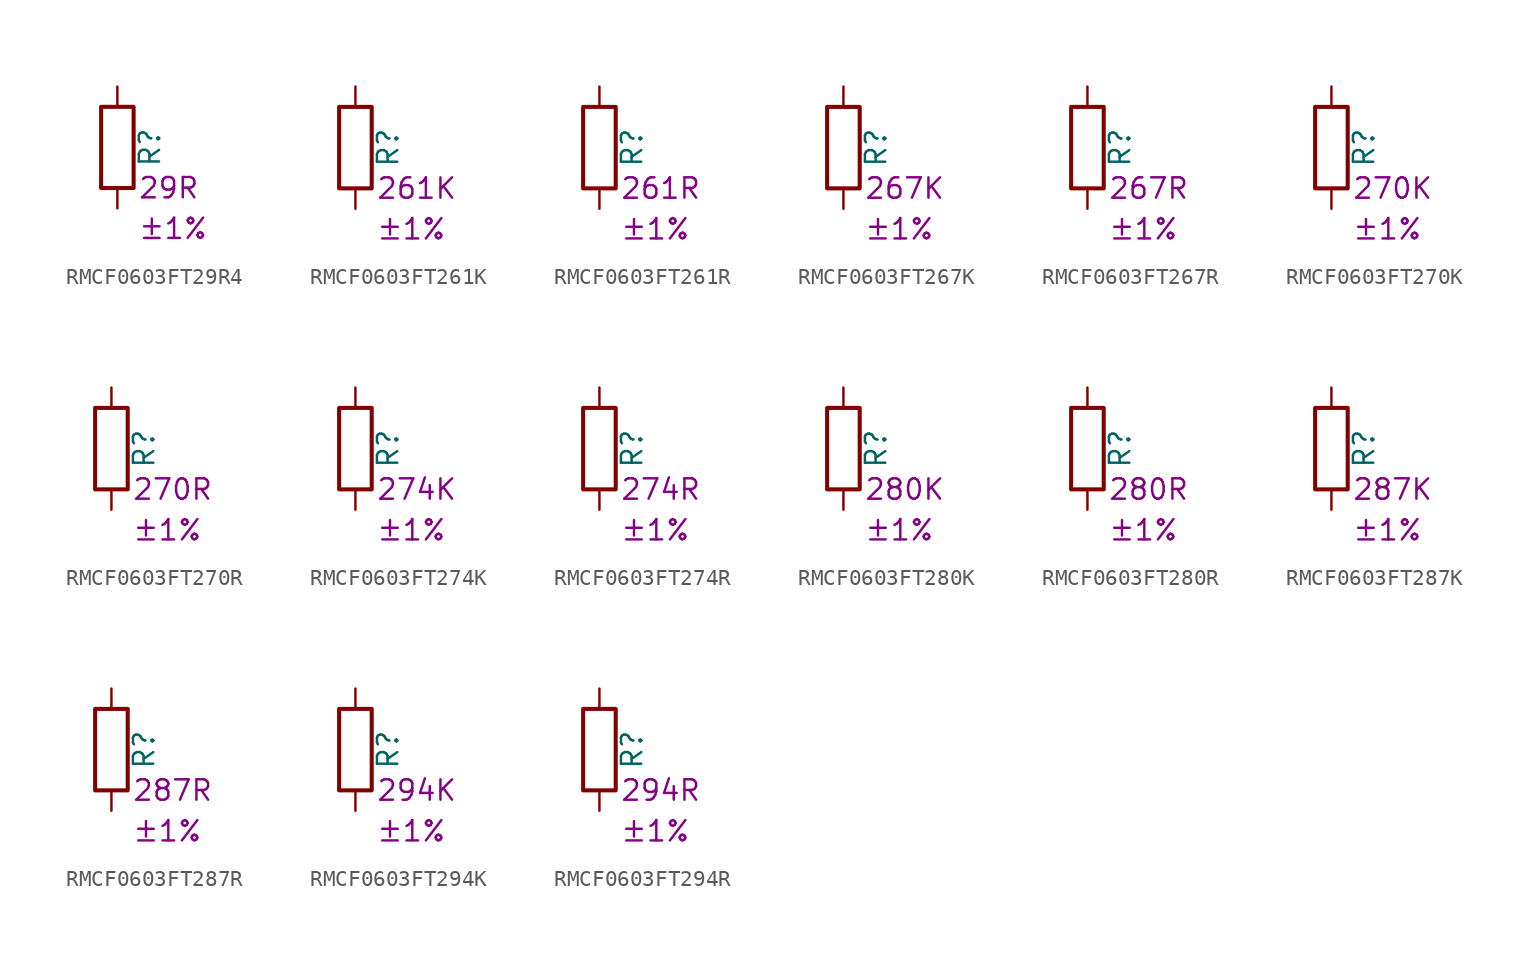
<source format=kicad_sym>
(kicad_symbol_lib
  (version 20220914)
  (generator kicad_symbol_editor)
  (symbol "RMCF0603FT29R4"
    (pin_numbers hide)
    (pin_names
      (offset 0))
    (property "Reference" "R"
      (at 2.032 0 90)
      (effects (font (size 1.27 1.27))))
    (property "Resistance" "29R"
      (at 1.27 -2.54 0)
      (effects (font (size 1.27 1.27)) (justify left)))
    (property "Tolerance" "±1%"
      (at 1.27 -5.08 0)
      (effects (font (size 1.27 1.27)) (justify left)))
    (symbol "RMCF0603FT29R4_0_1"
      (rectangle (start -1.016 -2.54) (end 1.016 2.54) (stroke (width 0.254) (type default)) (fill (type none))))
    (symbol "RMCF0603FT29R4_1_1"
      (pin passive line (at 0 3.81 270) (length 1.27) (name "~" (effects (font (size 1.27 1.27)))) (number "1" (effects (font (size 1.27 1.27)))))
      (pin passive line (at 0 -3.81 90) (length 1.27) (name "~" (effects (font (size 1.27 1.27)))) (number "2" (effects (font (size 1.27 1.27)))))))
  (symbol "RMCF0603FT261K"
    (pin_numbers hide)
    (pin_names
      (offset 0))
    (property "Reference" "R"
      (at 2.032 0 90)
      (effects (font (size 1.27 1.27))))
    (property "Resistance" "261K"
      (at 1.27 -2.54 0)
      (effects (font (size 1.27 1.27)) (justify left)))
    (property "Tolerance" "±1%"
      (at 1.27 -5.08 0)
      (effects (font (size 1.27 1.27)) (justify left)))
    (symbol "RMCF0603FT261K_0_1"
      (rectangle (start -1.016 -2.54) (end 1.016 2.54) (stroke (width 0.254) (type default)) (fill (type none))))
    (symbol "RMCF0603FT261K_1_1"
      (pin passive line (at 0 3.81 270) (length 1.27) (name "~" (effects (font (size 1.27 1.27)))) (number "1" (effects (font (size 1.27 1.27)))))
      (pin passive line (at 0 -3.81 90) (length 1.27) (name "~" (effects (font (size 1.27 1.27)))) (number "2" (effects (font (size 1.27 1.27)))))))
  (symbol "RMCF0603FT261R"
    (pin_numbers hide)
    (pin_names
      (offset 0))
    (property "Reference" "R"
      (at 2.032 0 90)
      (effects (font (size 1.27 1.27))))
    (property "Resistance" "261R"
      (at 1.27 -2.54 0)
      (effects (font (size 1.27 1.27)) (justify left)))
    (property "Tolerance" "±1%"
      (at 1.27 -5.08 0)
      (effects (font (size 1.27 1.27)) (justify left)))
    (symbol "RMCF0603FT261R_0_1"
      (rectangle (start -1.016 -2.54) (end 1.016 2.54) (stroke (width 0.254) (type default)) (fill (type none))))
    (symbol "RMCF0603FT261R_1_1"
      (pin passive line (at 0 3.81 270) (length 1.27) (name "~" (effects (font (size 1.27 1.27)))) (number "1" (effects (font (size 1.27 1.27)))))
      (pin passive line (at 0 -3.81 90) (length 1.27) (name "~" (effects (font (size 1.27 1.27)))) (number "2" (effects (font (size 1.27 1.27)))))))
  (symbol "RMCF0603FT267K"
    (pin_numbers hide)
    (pin_names
      (offset 0))
    (property "Reference" "R"
      (at 2.032 0 90)
      (effects (font (size 1.27 1.27))))
    (property "Resistance" "267K"
      (at 1.27 -2.54 0)
      (effects (font (size 1.27 1.27)) (justify left)))
    (property "Tolerance" "±1%"
      (at 1.27 -5.08 0)
      (effects (font (size 1.27 1.27)) (justify left)))
    (symbol "RMCF0603FT267K_0_1"
      (rectangle (start -1.016 -2.54) (end 1.016 2.54) (stroke (width 0.254) (type default)) (fill (type none))))
    (symbol "RMCF0603FT267K_1_1"
      (pin passive line (at 0 3.81 270) (length 1.27) (name "~" (effects (font (size 1.27 1.27)))) (number "1" (effects (font (size 1.27 1.27)))))
      (pin passive line (at 0 -3.81 90) (length 1.27) (name "~" (effects (font (size 1.27 1.27)))) (number "2" (effects (font (size 1.27 1.27)))))))
  (symbol "RMCF0603FT267R"
    (pin_numbers hide)
    (pin_names
      (offset 0))
    (property "Reference" "R"
      (at 2.032 0 90)
      (effects (font (size 1.27 1.27))))
    (property "Resistance" "267R"
      (at 1.27 -2.54 0)
      (effects (font (size 1.27 1.27)) (justify left)))
    (property "Tolerance" "±1%"
      (at 1.27 -5.08 0)
      (effects (font (size 1.27 1.27)) (justify left)))
    (symbol "RMCF0603FT267R_0_1"
      (rectangle (start -1.016 -2.54) (end 1.016 2.54) (stroke (width 0.254) (type default)) (fill (type none))))
    (symbol "RMCF0603FT267R_1_1"
      (pin passive line (at 0 3.81 270) (length 1.27) (name "~" (effects (font (size 1.27 1.27)))) (number "1" (effects (font (size 1.27 1.27)))))
      (pin passive line (at 0 -3.81 90) (length 1.27) (name "~" (effects (font (size 1.27 1.27)))) (number "2" (effects (font (size 1.27 1.27)))))))
  (symbol "RMCF0603FT270K"
    (pin_numbers hide)
    (pin_names
      (offset 0))
    (property "Reference" "R"
      (at 2.032 0 90)
      (effects (font (size 1.27 1.27))))
    (property "Resistance" "270K"
      (at 1.27 -2.54 0)
      (effects (font (size 1.27 1.27)) (justify left)))
    (property "Tolerance" "±1%"
      (at 1.27 -5.08 0)
      (effects (font (size 1.27 1.27)) (justify left)))
    (symbol "RMCF0603FT270K_0_1"
      (rectangle (start -1.016 -2.54) (end 1.016 2.54) (stroke (width 0.254) (type default)) (fill (type none))))
    (symbol "RMCF0603FT270K_1_1"
      (pin passive line (at 0 3.81 270) (length 1.27) (name "~" (effects (font (size 1.27 1.27)))) (number "1" (effects (font (size 1.27 1.27)))))
      (pin passive line (at 0 -3.81 90) (length 1.27) (name "~" (effects (font (size 1.27 1.27)))) (number "2" (effects (font (size 1.27 1.27)))))))
  (symbol "RMCF0603FT270R"
    (pin_numbers hide)
    (pin_names
      (offset 0))
    (property "Reference" "R"
      (at 2.032 0 90)
      (effects (font (size 1.27 1.27))))
    (property "Resistance" "270R"
      (at 1.27 -2.54 0)
      (effects (font (size 1.27 1.27)) (justify left)))
    (property "Tolerance" "±1%"
      (at 1.27 -5.08 0)
      (effects (font (size 1.27 1.27)) (justify left)))
    (symbol "RMCF0603FT270R_0_1"
      (rectangle (start -1.016 -2.54) (end 1.016 2.54) (stroke (width 0.254) (type default)) (fill (type none))))
    (symbol "RMCF0603FT270R_1_1"
      (pin passive line (at 0 3.81 270) (length 1.27) (name "~" (effects (font (size 1.27 1.27)))) (number "1" (effects (font (size 1.27 1.27)))))
      (pin passive line (at 0 -3.81 90) (length 1.27) (name "~" (effects (font (size 1.27 1.27)))) (number "2" (effects (font (size 1.27 1.27)))))))
  (symbol "RMCF0603FT274K"
    (pin_numbers hide)
    (pin_names
      (offset 0))
    (property "Reference" "R"
      (at 2.032 0 90)
      (effects (font (size 1.27 1.27))))
    (property "Resistance" "274K"
      (at 1.27 -2.54 0)
      (effects (font (size 1.27 1.27)) (justify left)))
    (property "Tolerance" "±1%"
      (at 1.27 -5.08 0)
      (effects (font (size 1.27 1.27)) (justify left)))
    (symbol "RMCF0603FT274K_0_1"
      (rectangle (start -1.016 -2.54) (end 1.016 2.54) (stroke (width 0.254) (type default)) (fill (type none))))
    (symbol "RMCF0603FT274K_1_1"
      (pin passive line (at 0 3.81 270) (length 1.27) (name "~" (effects (font (size 1.27 1.27)))) (number "1" (effects (font (size 1.27 1.27)))))
      (pin passive line (at 0 -3.81 90) (length 1.27) (name "~" (effects (font (size 1.27 1.27)))) (number "2" (effects (font (size 1.27 1.27)))))))
  (symbol "RMCF0603FT274R"
    (pin_numbers hide)
    (pin_names
      (offset 0))
    (property "Reference" "R"
      (at 2.032 0 90)
      (effects (font (size 1.27 1.27))))
    (property "Resistance" "274R"
      (at 1.27 -2.54 0)
      (effects (font (size 1.27 1.27)) (justify left)))
    (property "Tolerance" "±1%"
      (at 1.27 -5.08 0)
      (effects (font (size 1.27 1.27)) (justify left)))
    (symbol "RMCF0603FT274R_0_1"
      (rectangle (start -1.016 -2.54) (end 1.016 2.54) (stroke (width 0.254) (type default)) (fill (type none))))
    (symbol "RMCF0603FT274R_1_1"
      (pin passive line (at 0 3.81 270) (length 1.27) (name "~" (effects (font (size 1.27 1.27)))) (number "1" (effects (font (size 1.27 1.27)))))
      (pin passive line (at 0 -3.81 90) (length 1.27) (name "~" (effects (font (size 1.27 1.27)))) (number "2" (effects (font (size 1.27 1.27)))))))
  (symbol "RMCF0603FT280K"
    (pin_numbers hide)
    (pin_names
      (offset 0))
    (property "Reference" "R"
      (at 2.032 0 90)
      (effects (font (size 1.27 1.27))))
    (property "Resistance" "280K"
      (at 1.27 -2.54 0)
      (effects (font (size 1.27 1.27)) (justify left)))
    (property "Tolerance" "±1%"
      (at 1.27 -5.08 0)
      (effects (font (size 1.27 1.27)) (justify left)))
    (symbol "RMCF0603FT280K_0_1"
      (rectangle (start -1.016 -2.54) (end 1.016 2.54) (stroke (width 0.254) (type default)) (fill (type none))))
    (symbol "RMCF0603FT280K_1_1"
      (pin passive line (at 0 3.81 270) (length 1.27) (name "~" (effects (font (size 1.27 1.27)))) (number "1" (effects (font (size 1.27 1.27)))))
      (pin passive line (at 0 -3.81 90) (length 1.27) (name "~" (effects (font (size 1.27 1.27)))) (number "2" (effects (font (size 1.27 1.27)))))))
  (symbol "RMCF0603FT280R"
    (pin_numbers hide)
    (pin_names
      (offset 0))
    (property "Reference" "R"
      (at 2.032 0 90)
      (effects (font (size 1.27 1.27))))
    (property "Resistance" "280R"
      (at 1.27 -2.54 0)
      (effects (font (size 1.27 1.27)) (justify left)))
    (property "Tolerance" "±1%"
      (at 1.27 -5.08 0)
      (effects (font (size 1.27 1.27)) (justify left)))
    (symbol "RMCF0603FT280R_0_1"
      (rectangle (start -1.016 -2.54) (end 1.016 2.54) (stroke (width 0.254) (type default)) (fill (type none))))
    (symbol "RMCF0603FT280R_1_1"
      (pin passive line (at 0 3.81 270) (length 1.27) (name "~" (effects (font (size 1.27 1.27)))) (number "1" (effects (font (size 1.27 1.27)))))
      (pin passive line (at 0 -3.81 90) (length 1.27) (name "~" (effects (font (size 1.27 1.27)))) (number "2" (effects (font (size 1.27 1.27)))))))
  (symbol "RMCF0603FT287K"
    (pin_numbers hide)
    (pin_names
      (offset 0))
    (property "Reference" "R"
      (at 2.032 0 90)
      (effects (font (size 1.27 1.27))))
    (property "Resistance" "287K"
      (at 1.27 -2.54 0)
      (effects (font (size 1.27 1.27)) (justify left)))
    (property "Tolerance" "±1%"
      (at 1.27 -5.08 0)
      (effects (font (size 1.27 1.27)) (justify left)))
    (symbol "RMCF0603FT287K_0_1"
      (rectangle (start -1.016 -2.54) (end 1.016 2.54) (stroke (width 0.254) (type default)) (fill (type none))))
    (symbol "RMCF0603FT287K_1_1"
      (pin passive line (at 0 3.81 270) (length 1.27) (name "~" (effects (font (size 1.27 1.27)))) (number "1" (effects (font (size 1.27 1.27)))))
      (pin passive line (at 0 -3.81 90) (length 1.27) (name "~" (effects (font (size 1.27 1.27)))) (number "2" (effects (font (size 1.27 1.27)))))))
  (symbol "RMCF0603FT287R"
    (pin_numbers hide)
    (pin_names
      (offset 0))
    (property "Reference" "R"
      (at 2.032 0 90)
      (effects (font (size 1.27 1.27))))
    (property "Resistance" "287R"
      (at 1.27 -2.54 0)
      (effects (font (size 1.27 1.27)) (justify left)))
    (property "Tolerance" "±1%"
      (at 1.27 -5.08 0)
      (effects (font (size 1.27 1.27)) (justify left)))
    (symbol "RMCF0603FT287R_0_1"
      (rectangle (start -1.016 -2.54) (end 1.016 2.54) (stroke (width 0.254) (type default)) (fill (type none))))
    (symbol "RMCF0603FT287R_1_1"
      (pin passive line (at 0 3.81 270) (length 1.27) (name "~" (effects (font (size 1.27 1.27)))) (number "1" (effects (font (size 1.27 1.27)))))
      (pin passive line (at 0 -3.81 90) (length 1.27) (name "~" (effects (font (size 1.27 1.27)))) (number "2" (effects (font (size 1.27 1.27)))))))
  (symbol "RMCF0603FT294K"
    (pin_numbers hide)
    (pin_names
      (offset 0))
    (property "Reference" "R"
      (at 2.032 0 90)
      (effects (font (size 1.27 1.27))))
    (property "Resistance" "294K"
      (at 1.27 -2.54 0)
      (effects (font (size 1.27 1.27)) (justify left)))
    (property "Tolerance" "±1%"
      (at 1.27 -5.08 0)
      (effects (font (size 1.27 1.27)) (justify left)))
    (symbol "RMCF0603FT294K_0_1"
      (rectangle (start -1.016 -2.54) (end 1.016 2.54) (stroke (width 0.254) (type default)) (fill (type none))))
    (symbol "RMCF0603FT294K_1_1"
      (pin passive line (at 0 3.81 270) (length 1.27) (name "~" (effects (font (size 1.27 1.27)))) (number "1" (effects (font (size 1.27 1.27)))))
      (pin passive line (at 0 -3.81 90) (length 1.27) (name "~" (effects (font (size 1.27 1.27)))) (number "2" (effects (font (size 1.27 1.27)))))))
  (symbol "RMCF0603FT294R"
    (pin_numbers hide)
    (pin_names
      (offset 0))
    (property "Reference" "R"
      (at 2.032 0 90)
      (effects (font (size 1.27 1.27))))
    (property "Resistance" "294R"
      (at 1.27 -2.54 0)
      (effects (font (size 1.27 1.27)) (justify left)))
    (property "Tolerance" "±1%"
      (at 1.27 -5.08 0)
      (effects (font (size 1.27 1.27)) (justify left)))
    (symbol "RMCF0603FT294R_0_1"
      (rectangle (start -1.016 -2.54) (end 1.016 2.54) (stroke (width 0.254) (type default)) (fill (type none))))
    (symbol "RMCF0603FT294R_1_1"
      (pin passive line (at 0 3.81 270) (length 1.27) (name "~" (effects (font (size 1.27 1.27)))) (number "1" (effects (font (size 1.27 1.27)))))
      (pin passive line (at 0 -3.81 90) (length 1.27) (name "~" (effects (font (size 1.27 1.27)))) (number "2" (effects (font (size 1.27 1.27))))))))
</source>
